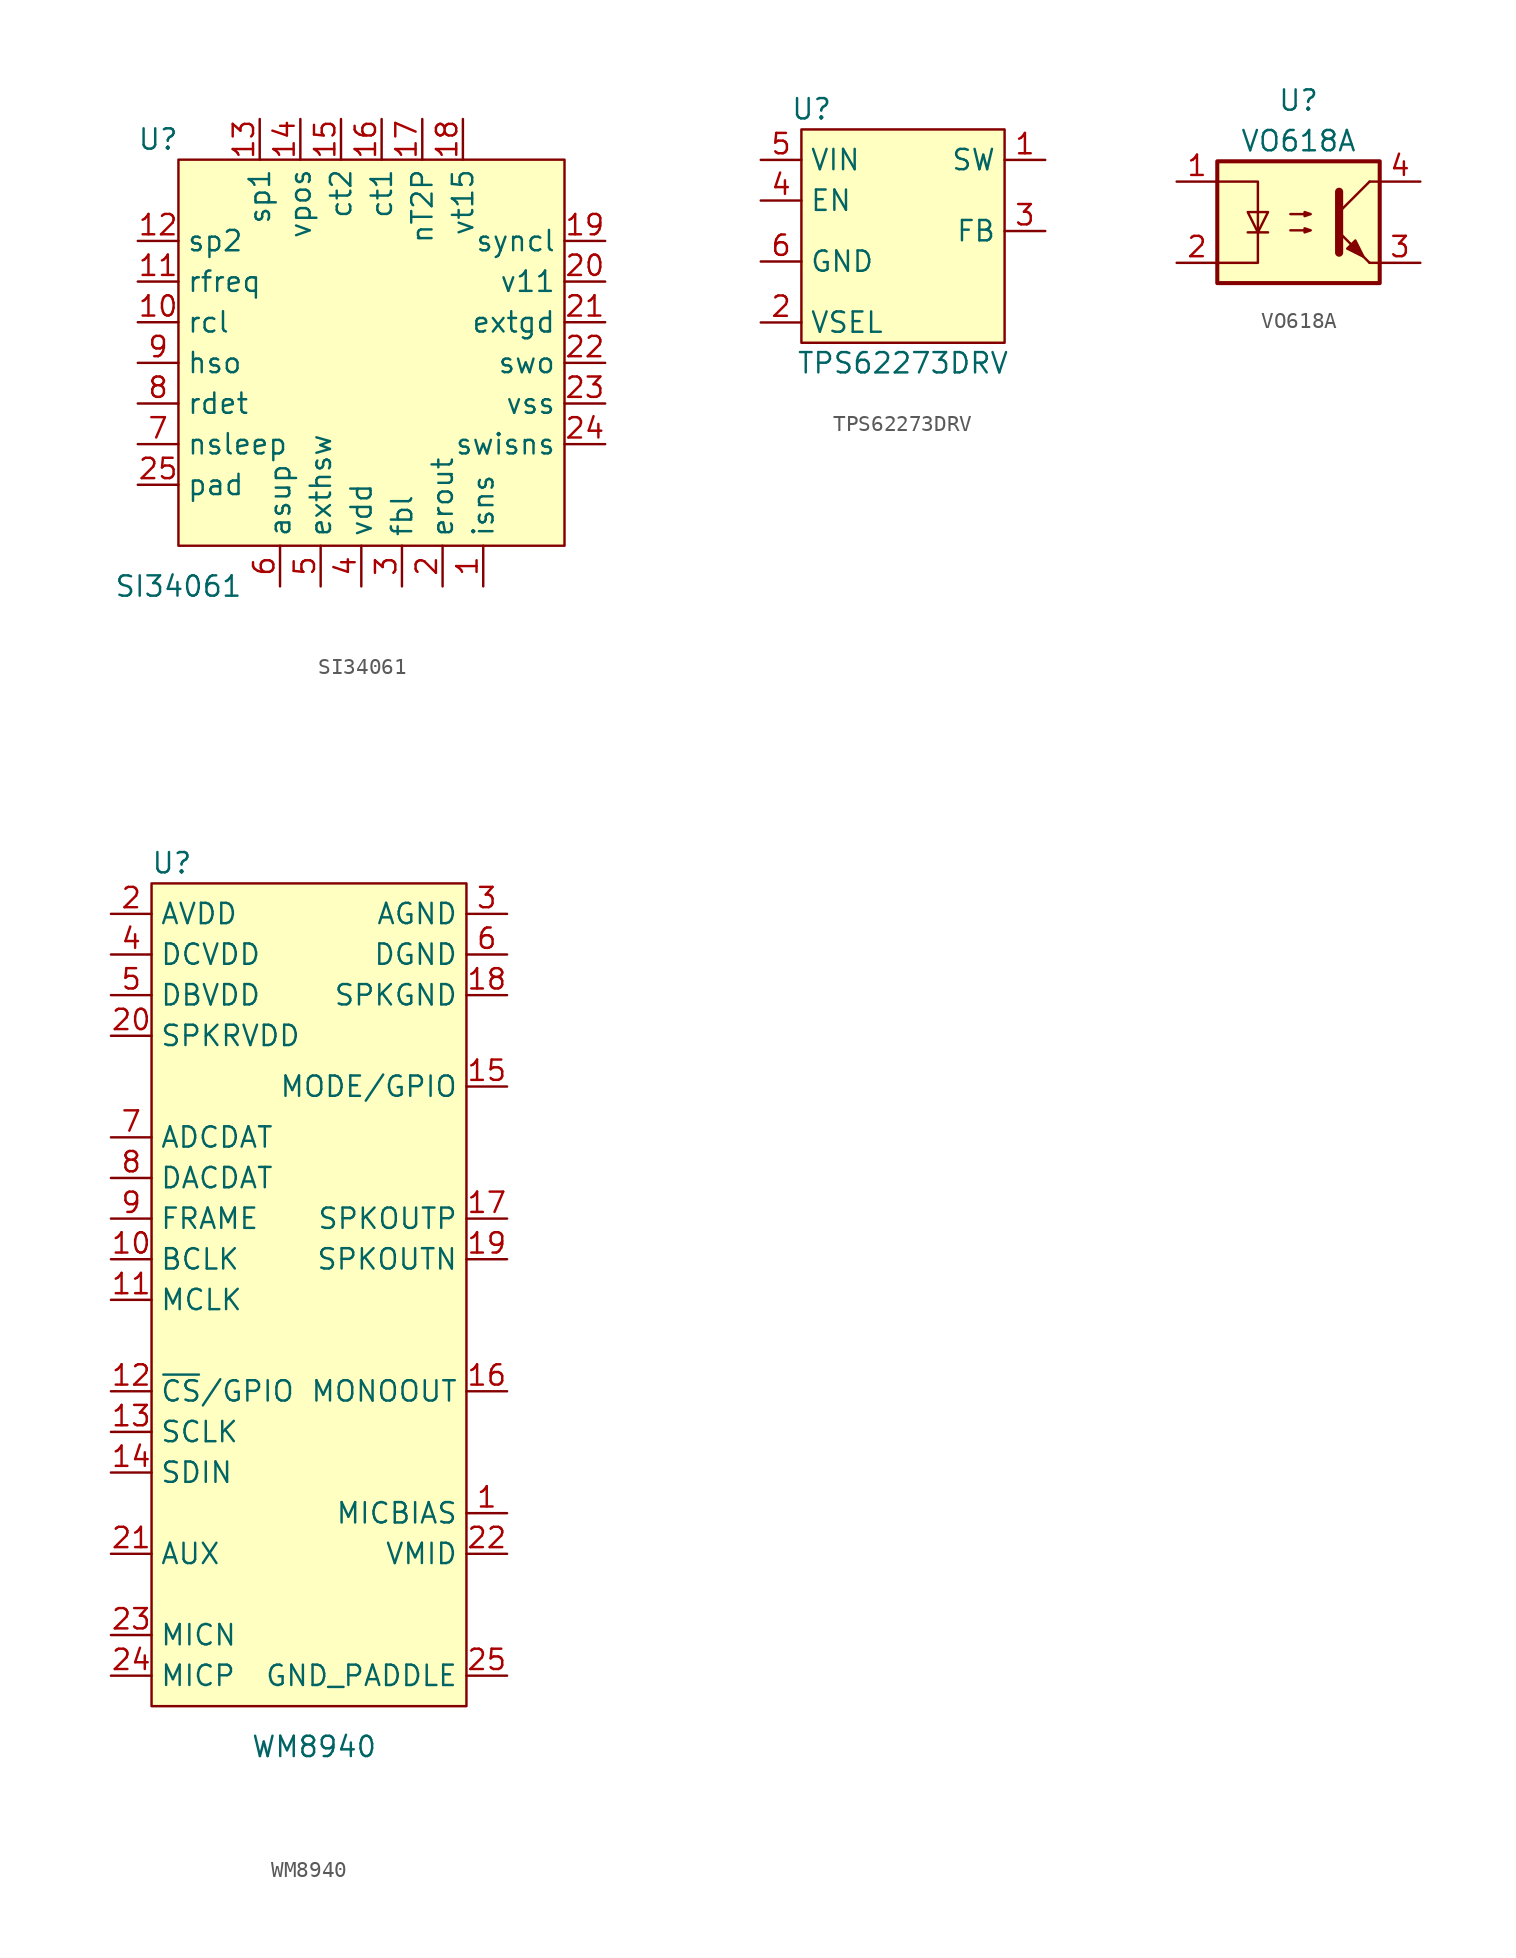
<source format=kicad_sym>
(kicad_symbol_lib
  (version 20211014)
  (generator kicad_symbol_editor)
  (symbol "SI34061"
    (property "Reference" "U"
      (at -1.27 25.4 0)
      (effects (font (size 1.27 1.27))))
    (property "Value" "SI34061"
      (at 0 -2.54 0)
      (effects (font (size 1.27 1.27))))
    (symbol "SI34061_0_1"
      (rectangle (start 0 24.13) (end 24.13 0) (stroke (width 0) (type default) (color 0 0 0 0)) (fill (type background))))
    (symbol "SI34061_1_1"
      (pin input line (at 19.05 -2.54 90) (length 2.54) (name "isns" (effects (font (size 1.27 1.27)))) (number "1" (effects (font (size 1.27 1.27)))))
      (pin input line (at -2.54 13.97 0) (length 2.54) (name "rcl" (effects (font (size 1.27 1.27)))) (number "10" (effects (font (size 1.27 1.27)))))
      (pin input line (at -2.54 16.51 0) (length 2.54) (name "rfreq" (effects (font (size 1.27 1.27)))) (number "11" (effects (font (size 1.27 1.27)))))
      (pin power_in line (at -2.54 19.05 0) (length 2.54) (name "sp2" (effects (font (size 1.27 1.27)))) (number "12" (effects (font (size 1.27 1.27)))))
      (pin power_in line (at 5.08 26.67 270) (length 2.54) (name "sp1" (effects (font (size 1.27 1.27)))) (number "13" (effects (font (size 1.27 1.27)))))
      (pin passive line (at 7.62 26.67 270) (length 2.54) (name "vpos" (effects (font (size 1.27 1.27)))) (number "14" (effects (font (size 1.27 1.27)))))
      (pin power_in line (at 10.16 26.67 270) (length 2.54) (name "ct2" (effects (font (size 1.27 1.27)))) (number "15" (effects (font (size 1.27 1.27)))))
      (pin power_in line (at 12.7 26.67 270) (length 2.54) (name "ct1" (effects (font (size 1.27 1.27)))) (number "16" (effects (font (size 1.27 1.27)))))
      (pin output line (at 15.24 26.67 270) (length 2.54) (name "nT2P" (effects (font (size 1.27 1.27)))) (number "17" (effects (font (size 1.27 1.27)))))
      (pin power_in line (at 17.78 26.67 270) (length 2.54) (name "vt15" (effects (font (size 1.27 1.27)))) (number "18" (effects (font (size 1.27 1.27)))))
      (pin output line (at 26.67 19.05 180) (length 2.54) (name "syncl" (effects (font (size 1.27 1.27)))) (number "19" (effects (font (size 1.27 1.27)))))
      (pin bidirectional line (at 16.51 -2.54 90) (length 2.54) (name "erout" (effects (font (size 1.27 1.27)))) (number "2" (effects (font (size 1.27 1.27)))))
      (pin passive line (at 26.67 16.51 180) (length 2.54) (name "v11" (effects (font (size 1.27 1.27)))) (number "20" (effects (font (size 1.27 1.27)))))
      (pin output line (at 26.67 13.97 180) (length 2.54) (name "extgd" (effects (font (size 1.27 1.27)))) (number "21" (effects (font (size 1.27 1.27)))))
      (pin output line (at 26.67 11.43 180) (length 2.54) (name "swo" (effects (font (size 1.27 1.27)))) (number "22" (effects (font (size 1.27 1.27)))))
      (pin passive line (at 26.67 8.89 180) (length 2.54) (name "vss" (effects (font (size 1.27 1.27)))) (number "23" (effects (font (size 1.27 1.27)))))
      (pin input line (at 26.67 6.35 180) (length 2.54) (name "swisns" (effects (font (size 1.27 1.27)))) (number "24" (effects (font (size 1.27 1.27)))))
      (pin passive line (at -2.54 3.81 0) (length 2.54) (name "pad" (effects (font (size 1.27 1.27)))) (number "25" (effects (font (size 1.27 1.27)))))
      (pin passive line (at 13.97 -2.54 90) (length 2.54) (name "fbl" (effects (font (size 1.27 1.27)))) (number "3" (effects (font (size 1.27 1.27)))))
      (pin passive line (at 11.43 -2.54 90) (length 2.54) (name "vdd" (effects (font (size 1.27 1.27)))) (number "4" (effects (font (size 1.27 1.27)))))
      (pin output line (at 8.89 -2.54 90) (length 2.54) (name "exthsw" (effects (font (size 1.27 1.27)))) (number "5" (effects (font (size 1.27 1.27)))))
      (pin power_in line (at 6.35 -2.54 90) (length 2.54) (name "asup" (effects (font (size 1.27 1.27)))) (number "6" (effects (font (size 1.27 1.27)))))
      (pin input line (at -2.54 6.35 0) (length 2.54) (name "nsleep" (effects (font (size 1.27 1.27)))) (number "7" (effects (font (size 1.27 1.27)))))
      (pin input line (at -2.54 8.89 0) (length 2.54) (name "rdet" (effects (font (size 1.27 1.27)))) (number "8" (effects (font (size 1.27 1.27)))))
      (pin bidirectional line (at -2.54 11.43 0) (length 2.54) (name "hso" (effects (font (size 1.27 1.27)))) (number "9" (effects (font (size 1.27 1.27)))))))
  (symbol "TPS62273DRV"
    (property "Reference" "U"
      (at -5.08 8.255 0)
      (effects (font (size 1.27 1.27))))
    (property "Value" "TPS62273DRV"
      (at 0.635 -7.62 0)
      (effects (font (size 1.27 1.27))))
    (symbol "TPS62273DRV_0_1"
      (rectangle (start -5.715 -6.35) (end 6.985 6.985) (stroke (width 0) (type default) (color 0 0 0 0)) (fill (type background))))
    (symbol "TPS62273DRV_1_1"
      (pin power_out line (at 9.525 5.08 180) (length 2.54) (name "SW" (effects (font (size 1.27 1.27)))) (number "1" (effects (font (size 1.27 1.27)))))
      (pin passive line (at -8.255 -5.08 0) (length 2.54) (name "VSEL" (effects (font (size 1.27 1.27)))) (number "2" (effects (font (size 1.27 1.27)))))
      (pin passive line (at 9.525 0.635 180) (length 2.54) (name "FB" (effects (font (size 1.27 1.27)))) (number "3" (effects (font (size 1.27 1.27)))))
      (pin passive line (at -8.255 2.54 0) (length 2.54) (name "EN" (effects (font (size 1.27 1.27)))) (number "4" (effects (font (size 1.27 1.27)))))
      (pin power_in line (at -8.255 5.08 0) (length 2.54) (name "VIN" (effects (font (size 1.27 1.27)))) (number "5" (effects (font (size 1.27 1.27)))))
      (pin passive line (at -8.255 -1.27 0) (length 2.54) (name "GND" (effects (font (size 1.27 1.27)))) (number "6" (effects (font (size 1.27 1.27)))))
      (pin passive line (at -8.255 -1.27 0) (length 2.54) hide (name "PAD" (effects (font (size 1.27 1.27)))) (number "7" (effects (font (size 1.27 1.27)))))))
  (symbol "VO618A"
    (pin_names
      (offset 0.762))
    (property "Reference" "U"
      (at 0 7.62 0)
      (effects (font (size 1.27 1.27))))
    (property "Value" "VO618A"
      (at 0 5.08 0)
      (effects (font (size 1.27 1.27))))
    (symbol "VO618A_0_1"
      (rectangle (start -5.08 3.81) (end 5.08 -3.81) (stroke (width 0.254) (type default) (color 0 0 0 0)) (fill (type background)))
      (polyline (pts (xy -3.175 -0.635) (xy -1.905 -0.635)) (stroke (width 0) (type default) (color 0 0 0 0)) (fill (type none)))
      (polyline (pts (xy 2.54 0.635) (xy 4.445 2.54)) (stroke (width 0) (type default) (color 0 0 0 0)) (fill (type none)))
      (polyline (pts (xy 4.445 -2.54) (xy 2.54 -0.635)) (stroke (width 0) (type default) (color 0 0 0 0)) (fill (type outline)))
      (polyline (pts (xy 4.445 -2.54) (xy 5.08 -2.54)) (stroke (width 0) (type default) (color 0 0 0 0)) (fill (type none)))
      (polyline (pts (xy 4.445 2.54) (xy 5.08 2.54)) (stroke (width 0) (type default) (color 0 0 0 0)) (fill (type none)))
      (polyline (pts (xy 2.54 1.905) (xy 2.54 -1.905) (xy 2.54 -1.905)) (stroke (width 0.508) (type default) (color 0 0 0 0)) (fill (type none)))
      (polyline (pts (xy -5.08 2.54) (xy -2.54 2.54) (xy -2.54 -2.54) (xy -5.08 -2.54)) (stroke (width 0) (type default) (color 0 0 0 0)) (fill (type none)))
      (polyline (pts (xy -2.54 -0.635) (xy -3.175 0.635) (xy -1.905 0.635) (xy -2.54 -0.635)) (stroke (width 0) (type default) (color 0 0 0 0)) (fill (type none)))
      (polyline (pts (xy -0.508 -0.508) (xy 0.762 -0.508) (xy 0.381 -0.635) (xy 0.381 -0.381) (xy 0.762 -0.508)) (stroke (width 0) (type default) (color 0 0 0 0)) (fill (type none)))
      (polyline (pts (xy -0.508 0.508) (xy 0.762 0.508) (xy 0.381 0.381) (xy 0.381 0.635) (xy 0.762 0.508)) (stroke (width 0) (type default) (color 0 0 0 0)) (fill (type none)))
      (polyline (pts (xy 3.048 -1.651) (xy 3.556 -1.143) (xy 4.064 -2.159) (xy 3.048 -1.651) (xy 3.048 -1.651)) (stroke (width 0) (type default) (color 0 0 0 0)) (fill (type outline))))
    (symbol "VO618A_1_1"
      (pin passive line (at -7.62 2.54 0) (length 2.54) (name "~" (effects (font (size 1.27 1.27)))) (number "1" (effects (font (size 1.27 1.27)))))
      (pin passive line (at -7.62 -2.54 0) (length 2.54) (name "~" (effects (font (size 1.27 1.27)))) (number "2" (effects (font (size 1.27 1.27)))))
      (pin passive line (at 7.62 -2.54 180) (length 2.54) (name "~" (effects (font (size 1.27 1.27)))) (number "3" (effects (font (size 1.27 1.27)))))
      (pin passive line (at 7.62 2.54 180) (length 2.54) (name "~" (effects (font (size 1.27 1.27)))) (number "4" (effects (font (size 1.27 1.27)))))))
  (symbol "WM8940"
    (property "Reference" "U"
      (at -8.255 21.59 0)
      (effects (font (size 1.27 1.27))))
    (property "Value" "WM8940"
      (at 0.635 -33.655 0)
      (effects (font (size 1.27 1.27))))
    (symbol "WM8940_0_1"
      (rectangle (start -9.525 20.32) (end 10.16 -31.115) (stroke (width 0) (type default) (color 0 0 0 0)) (fill (type background))))
    (symbol "WM8940_1_1"
      (pin passive line (at 12.7 -19.05 180) (length 2.54) (name "MICBIAS" (effects (font (size 1.27 1.27)))) (number "1" (effects (font (size 1.27 1.27)))))
      (pin passive line (at -12.065 -3.175 0) (length 2.54) (name "BCLK" (effects (font (size 1.27 1.27)))) (number "10" (effects (font (size 1.27 1.27)))))
      (pin passive line (at -12.065 -5.715 0) (length 2.54) (name "MCLK" (effects (font (size 1.27 1.27)))) (number "11" (effects (font (size 1.27 1.27)))))
      (pin passive line (at -12.065 -11.43 0) (length 2.54) (name "~{CS}/GPIO" (effects (font (size 1.27 1.27)))) (number "12" (effects (font (size 1.27 1.27)))))
      (pin passive line (at -12.065 -13.97 0) (length 2.54) (name "SCLK" (effects (font (size 1.27 1.27)))) (number "13" (effects (font (size 1.27 1.27)))))
      (pin passive line (at -12.065 -16.51 0) (length 2.54) (name "SDIN" (effects (font (size 1.27 1.27)))) (number "14" (effects (font (size 1.27 1.27)))))
      (pin passive line (at 12.7 7.62 180) (length 2.54) (name "MODE/GPIO" (effects (font (size 1.27 1.27)))) (number "15" (effects (font (size 1.27 1.27)))))
      (pin passive line (at 12.7 -11.43 180) (length 2.54) (name "MONOOUT" (effects (font (size 1.27 1.27)))) (number "16" (effects (font (size 1.27 1.27)))))
      (pin passive line (at 12.7 -0.635 180) (length 2.54) (name "SPKOUTP" (effects (font (size 1.27 1.27)))) (number "17" (effects (font (size 1.27 1.27)))))
      (pin passive line (at 12.7 13.335 180) (length 2.54) (name "SPKGND" (effects (font (size 1.27 1.27)))) (number "18" (effects (font (size 1.27 1.27)))))
      (pin passive line (at 12.7 -3.175 180) (length 2.54) (name "SPKOUTN" (effects (font (size 1.27 1.27)))) (number "19" (effects (font (size 1.27 1.27)))))
      (pin power_in line (at -12.065 18.415 0) (length 2.54) (name "AVDD" (effects (font (size 1.27 1.27)))) (number "2" (effects (font (size 1.27 1.27)))))
      (pin power_in line (at -12.065 10.795 0) (length 2.54) (name "SPKRVDD" (effects (font (size 1.27 1.27)))) (number "20" (effects (font (size 1.27 1.27)))))
      (pin passive line (at -12.065 -21.59 0) (length 2.54) (name "AUX" (effects (font (size 1.27 1.27)))) (number "21" (effects (font (size 1.27 1.27)))))
      (pin passive line (at 12.7 -21.59 180) (length 2.54) (name "VMID" (effects (font (size 1.27 1.27)))) (number "22" (effects (font (size 1.27 1.27)))))
      (pin passive line (at -12.065 -26.67 0) (length 2.54) (name "MICN" (effects (font (size 1.27 1.27)))) (number "23" (effects (font (size 1.27 1.27)))))
      (pin passive line (at -12.065 -29.21 0) (length 2.54) (name "MICP" (effects (font (size 1.27 1.27)))) (number "24" (effects (font (size 1.27 1.27)))))
      (pin passive line (at 12.7 -29.21 180) (length 2.54) (name "GND_PADDLE" (effects (font (size 1.27 1.27)))) (number "25" (effects (font (size 1.27 1.27)))))
      (pin passive line (at 12.7 18.415 180) (length 2.54) (name "AGND" (effects (font (size 1.27 1.27)))) (number "3" (effects (font (size 1.27 1.27)))))
      (pin power_in line (at -12.065 15.875 0) (length 2.54) (name "DCVDD" (effects (font (size 1.27 1.27)))) (number "4" (effects (font (size 1.27 1.27)))))
      (pin power_in line (at -12.065 13.335 0) (length 2.54) (name "DBVDD" (effects (font (size 1.27 1.27)))) (number "5" (effects (font (size 1.27 1.27)))))
      (pin passive line (at 12.7 15.875 180) (length 2.54) (name "DGND" (effects (font (size 1.27 1.27)))) (number "6" (effects (font (size 1.27 1.27)))))
      (pin output line (at -12.065 4.445 0) (length 2.54) (name "ADCDAT" (effects (font (size 1.27 1.27)))) (number "7" (effects (font (size 1.27 1.27)))))
      (pin input line (at -12.065 1.905 0) (length 2.54) (name "DACDAT" (effects (font (size 1.27 1.27)))) (number "8" (effects (font (size 1.27 1.27)))))
      (pin input line (at -12.065 -0.635 0) (length 2.54) (name "FRAME" (effects (font (size 1.27 1.27)))) (number "9" (effects (font (size 1.27 1.27))))))))
</source>
